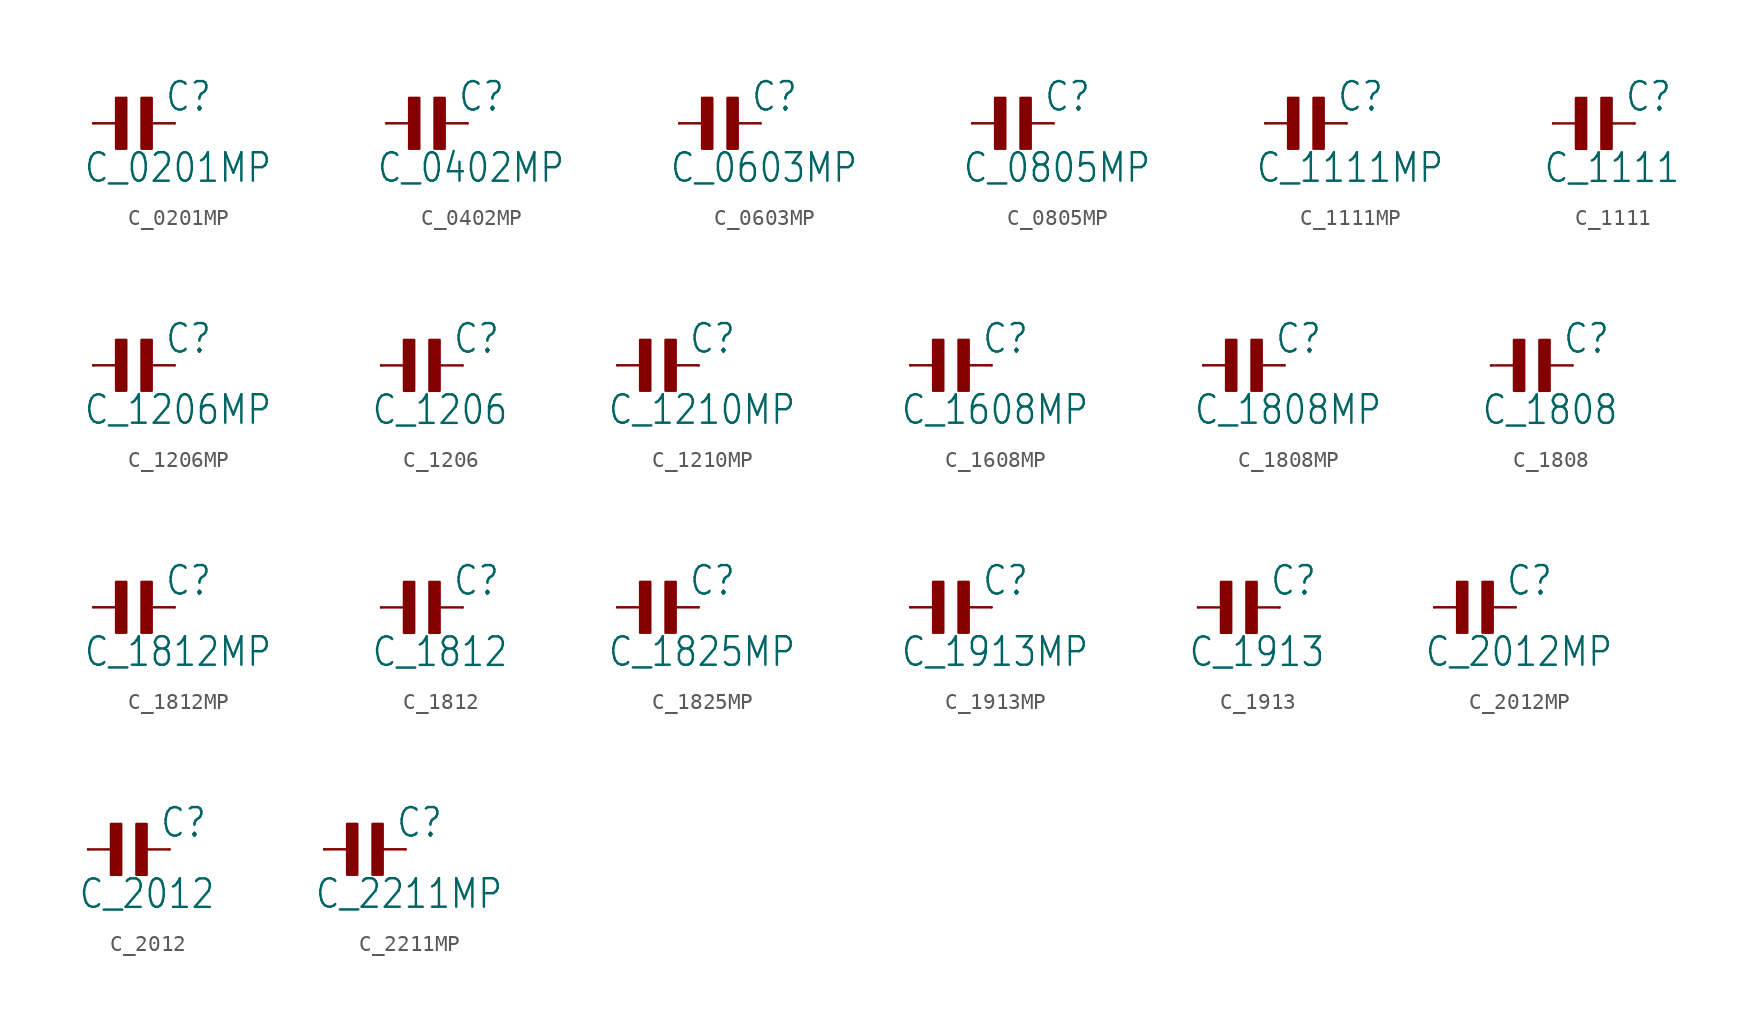
<source format=kicad_sym>
(kicad_symbol_lib
  (version 20211014)
  (generator kicad_symbol_editor)
  (symbol "C_0201MP"
    (property "Reference" "C"
      (at 1.905 0.635 0)
      (effects (font (size 1.778 1.511)) (justify left bottom)))
    (property "Value" "C_0201MP"
      (at -3.175 -3.81 0)
      (effects (font (size 1.778 1.511)) (justify left bottom)))
    (property "ki_locked" ""
      (at 0 0 0)
      (effects (font (size 1.27 1.27))))
    (symbol "C_0201MP_1_0"
      (rectangle (start -1.111 -1.587) (end -0.476 1.587) (stroke (width 0) (type default) (color 0 0 0 0)) (fill (type outline)))
      (polyline (pts (xy -2.54 0) (xy -0.635 0)) (stroke (width 0.152) (type default) (color 0 0 0 0)) (fill (type none)))
      (polyline (pts (xy 2.54 0) (xy 0.635 0)) (stroke (width 0.152) (type default) (color 0 0 0 0)) (fill (type none)))
      (rectangle (start 0.476 -1.587) (end 1.111 1.587) (stroke (width 0) (type default) (color 0 0 0 0)) (fill (type outline)))
      (pin passive line (at -2.54 0 0) (length 0) (name "1" (effects (font (size 0 0)))) (number "1" (effects (font (size 0 0)))))
      (pin passive line (at 2.54 0 180) (length 0) (name "2" (effects (font (size 0 0)))) (number "2" (effects (font (size 0 0)))))))
  (symbol "C_0402MP"
    (property "Reference" "C"
      (at 1.905 0.635 0)
      (effects (font (size 1.778 1.511)) (justify left bottom)))
    (property "Value" "C_0402MP"
      (at -3.175 -3.81 0)
      (effects (font (size 1.778 1.511)) (justify left bottom)))
    (property "ki_locked" ""
      (at 0 0 0)
      (effects (font (size 1.27 1.27))))
    (symbol "C_0402MP_1_0"
      (rectangle (start -1.111 -1.587) (end -0.476 1.587) (stroke (width 0) (type default) (color 0 0 0 0)) (fill (type outline)))
      (polyline (pts (xy -2.54 0) (xy -0.635 0)) (stroke (width 0.152) (type default) (color 0 0 0 0)) (fill (type none)))
      (polyline (pts (xy 2.54 0) (xy 0.635 0)) (stroke (width 0.152) (type default) (color 0 0 0 0)) (fill (type none)))
      (rectangle (start 0.476 -1.587) (end 1.111 1.587) (stroke (width 0) (type default) (color 0 0 0 0)) (fill (type outline)))
      (pin passive line (at -2.54 0 0) (length 0) (name "1" (effects (font (size 0 0)))) (number "1" (effects (font (size 0 0)))))
      (pin passive line (at 2.54 0 180) (length 0) (name "2" (effects (font (size 0 0)))) (number "2" (effects (font (size 0 0)))))))
  (symbol "C_0603MP"
    (property "Reference" "C"
      (at 1.905 0.635 0)
      (effects (font (size 1.778 1.511)) (justify left bottom)))
    (property "Value" "C_0603MP"
      (at -3.175 -3.81 0)
      (effects (font (size 1.778 1.511)) (justify left bottom)))
    (property "ki_locked" ""
      (at 0 0 0)
      (effects (font (size 1.27 1.27))))
    (symbol "C_0603MP_1_0"
      (rectangle (start -1.111 -1.587) (end -0.476 1.587) (stroke (width 0) (type default) (color 0 0 0 0)) (fill (type outline)))
      (polyline (pts (xy -2.54 0) (xy -0.635 0)) (stroke (width 0.152) (type default) (color 0 0 0 0)) (fill (type none)))
      (polyline (pts (xy 2.54 0) (xy 0.635 0)) (stroke (width 0.152) (type default) (color 0 0 0 0)) (fill (type none)))
      (rectangle (start 0.476 -1.587) (end 1.111 1.587) (stroke (width 0) (type default) (color 0 0 0 0)) (fill (type outline)))
      (pin passive line (at -2.54 0 0) (length 0) (name "1" (effects (font (size 0 0)))) (number "1" (effects (font (size 0 0)))))
      (pin passive line (at 2.54 0 180) (length 0) (name "2" (effects (font (size 0 0)))) (number "2" (effects (font (size 0 0)))))))
  (symbol "C_0805MP"
    (property "Reference" "C"
      (at 1.905 0.635 0)
      (effects (font (size 1.778 1.511)) (justify left bottom)))
    (property "Value" "C_0805MP"
      (at -3.175 -3.81 0)
      (effects (font (size 1.778 1.511)) (justify left bottom)))
    (property "ki_locked" ""
      (at 0 0 0)
      (effects (font (size 1.27 1.27))))
    (symbol "C_0805MP_1_0"
      (rectangle (start -1.111 -1.587) (end -0.476 1.587) (stroke (width 0) (type default) (color 0 0 0 0)) (fill (type outline)))
      (polyline (pts (xy -2.54 0) (xy -0.635 0)) (stroke (width 0.152) (type default) (color 0 0 0 0)) (fill (type none)))
      (polyline (pts (xy 2.54 0) (xy 0.635 0)) (stroke (width 0.152) (type default) (color 0 0 0 0)) (fill (type none)))
      (rectangle (start 0.476 -1.587) (end 1.111 1.587) (stroke (width 0) (type default) (color 0 0 0 0)) (fill (type outline)))
      (pin passive line (at -2.54 0 0) (length 0) (name "1" (effects (font (size 0 0)))) (number "1" (effects (font (size 0 0)))))
      (pin passive line (at 2.54 0 180) (length 0) (name "2" (effects (font (size 0 0)))) (number "2" (effects (font (size 0 0)))))))
  (symbol "C_1111MP"
    (property "Reference" "C"
      (at 1.905 0.635 0)
      (effects (font (size 1.778 1.511)) (justify left bottom)))
    (property "Value" "C_1111MP"
      (at -3.175 -3.81 0)
      (effects (font (size 1.778 1.511)) (justify left bottom)))
    (property "ki_locked" ""
      (at 0 0 0)
      (effects (font (size 1.27 1.27))))
    (symbol "C_1111MP_1_0"
      (rectangle (start -1.111 -1.587) (end -0.476 1.587) (stroke (width 0) (type default) (color 0 0 0 0)) (fill (type outline)))
      (polyline (pts (xy -2.54 0) (xy -0.635 0)) (stroke (width 0.152) (type default) (color 0 0 0 0)) (fill (type none)))
      (polyline (pts (xy 2.54 0) (xy 0.635 0)) (stroke (width 0.152) (type default) (color 0 0 0 0)) (fill (type none)))
      (rectangle (start 0.476 -1.587) (end 1.111 1.587) (stroke (width 0) (type default) (color 0 0 0 0)) (fill (type outline)))
      (pin passive line (at -2.54 0 0) (length 0) (name "1" (effects (font (size 0 0)))) (number "1" (effects (font (size 0 0)))))
      (pin passive line (at 2.54 0 180) (length 0) (name "2" (effects (font (size 0 0)))) (number "2" (effects (font (size 0 0)))))))
  (symbol "C_1111"
    (property "Reference" "C"
      (at 1.905 0.635 0)
      (effects (font (size 1.778 1.511)) (justify left bottom)))
    (property "Value" "C_1111"
      (at -3.175 -3.81 0)
      (effects (font (size 1.778 1.511)) (justify left bottom)))
    (property "ki_locked" ""
      (at 0 0 0)
      (effects (font (size 1.27 1.27))))
    (symbol "C_1111_1_0"
      (rectangle (start -1.111 -1.587) (end -0.476 1.587) (stroke (width 0) (type default) (color 0 0 0 0)) (fill (type outline)))
      (polyline (pts (xy -2.54 0) (xy -0.635 0)) (stroke (width 0.152) (type default) (color 0 0 0 0)) (fill (type none)))
      (polyline (pts (xy 2.54 0) (xy 0.635 0)) (stroke (width 0.152) (type default) (color 0 0 0 0)) (fill (type none)))
      (rectangle (start 0.476 -1.587) (end 1.111 1.587) (stroke (width 0) (type default) (color 0 0 0 0)) (fill (type outline)))
      (pin passive line (at -2.54 0 0) (length 0) (name "1" (effects (font (size 0 0)))) (number "1" (effects (font (size 0 0)))))
      (pin passive line (at 2.54 0 180) (length 0) (name "2" (effects (font (size 0 0)))) (number "2" (effects (font (size 0 0)))))))
  (symbol "C_1206MP"
    (property "Reference" "C"
      (at 1.905 0.635 0)
      (effects (font (size 1.778 1.511)) (justify left bottom)))
    (property "Value" "C_1206MP"
      (at -3.175 -3.81 0)
      (effects (font (size 1.778 1.511)) (justify left bottom)))
    (property "ki_locked" ""
      (at 0 0 0)
      (effects (font (size 1.27 1.27))))
    (symbol "C_1206MP_1_0"
      (rectangle (start -1.111 -1.587) (end -0.476 1.587) (stroke (width 0) (type default) (color 0 0 0 0)) (fill (type outline)))
      (polyline (pts (xy -2.54 0) (xy -0.635 0)) (stroke (width 0.152) (type default) (color 0 0 0 0)) (fill (type none)))
      (polyline (pts (xy 2.54 0) (xy 0.635 0)) (stroke (width 0.152) (type default) (color 0 0 0 0)) (fill (type none)))
      (rectangle (start 0.476 -1.587) (end 1.111 1.587) (stroke (width 0) (type default) (color 0 0 0 0)) (fill (type outline)))
      (pin passive line (at -2.54 0 0) (length 0) (name "1" (effects (font (size 0 0)))) (number "1" (effects (font (size 0 0)))))
      (pin passive line (at 2.54 0 180) (length 0) (name "2" (effects (font (size 0 0)))) (number "2" (effects (font (size 0 0)))))))
  (symbol "C_1206"
    (property "Reference" "C"
      (at 1.905 0.635 0)
      (effects (font (size 1.778 1.511)) (justify left bottom)))
    (property "Value" "C_1206"
      (at -3.175 -3.81 0)
      (effects (font (size 1.778 1.511)) (justify left bottom)))
    (property "ki_locked" ""
      (at 0 0 0)
      (effects (font (size 1.27 1.27))))
    (symbol "C_1206_1_0"
      (rectangle (start -1.111 -1.587) (end -0.476 1.587) (stroke (width 0) (type default) (color 0 0 0 0)) (fill (type outline)))
      (polyline (pts (xy -2.54 0) (xy -0.635 0)) (stroke (width 0.152) (type default) (color 0 0 0 0)) (fill (type none)))
      (polyline (pts (xy 2.54 0) (xy 0.635 0)) (stroke (width 0.152) (type default) (color 0 0 0 0)) (fill (type none)))
      (rectangle (start 0.476 -1.587) (end 1.111 1.587) (stroke (width 0) (type default) (color 0 0 0 0)) (fill (type outline)))
      (pin passive line (at -2.54 0 0) (length 0) (name "1" (effects (font (size 0 0)))) (number "1" (effects (font (size 0 0)))))
      (pin passive line (at 2.54 0 180) (length 0) (name "2" (effects (font (size 0 0)))) (number "2" (effects (font (size 0 0)))))))
  (symbol "C_1210MP"
    (property "Reference" "C"
      (at 1.905 0.635 0)
      (effects (font (size 1.778 1.511)) (justify left bottom)))
    (property "Value" "C_1210MP"
      (at -3.175 -3.81 0)
      (effects (font (size 1.778 1.511)) (justify left bottom)))
    (property "ki_locked" ""
      (at 0 0 0)
      (effects (font (size 1.27 1.27))))
    (symbol "C_1210MP_1_0"
      (rectangle (start -1.111 -1.587) (end -0.476 1.587) (stroke (width 0) (type default) (color 0 0 0 0)) (fill (type outline)))
      (polyline (pts (xy -2.54 0) (xy -0.635 0)) (stroke (width 0.152) (type default) (color 0 0 0 0)) (fill (type none)))
      (polyline (pts (xy 2.54 0) (xy 0.635 0)) (stroke (width 0.152) (type default) (color 0 0 0 0)) (fill (type none)))
      (rectangle (start 0.476 -1.587) (end 1.111 1.587) (stroke (width 0) (type default) (color 0 0 0 0)) (fill (type outline)))
      (pin passive line (at -2.54 0 0) (length 0) (name "1" (effects (font (size 0 0)))) (number "1" (effects (font (size 0 0)))))
      (pin passive line (at 2.54 0 180) (length 0) (name "2" (effects (font (size 0 0)))) (number "2" (effects (font (size 0 0)))))))
  (symbol "C_1608MP"
    (property "Reference" "C"
      (at 1.905 0.635 0)
      (effects (font (size 1.778 1.511)) (justify left bottom)))
    (property "Value" "C_1608MP"
      (at -3.175 -3.81 0)
      (effects (font (size 1.778 1.511)) (justify left bottom)))
    (property "ki_locked" ""
      (at 0 0 0)
      (effects (font (size 1.27 1.27))))
    (symbol "C_1608MP_1_0"
      (rectangle (start -1.111 -1.587) (end -0.476 1.587) (stroke (width 0) (type default) (color 0 0 0 0)) (fill (type outline)))
      (polyline (pts (xy -2.54 0) (xy -0.635 0)) (stroke (width 0.152) (type default) (color 0 0 0 0)) (fill (type none)))
      (polyline (pts (xy 2.54 0) (xy 0.635 0)) (stroke (width 0.152) (type default) (color 0 0 0 0)) (fill (type none)))
      (rectangle (start 0.476 -1.587) (end 1.111 1.587) (stroke (width 0) (type default) (color 0 0 0 0)) (fill (type outline)))
      (pin passive line (at -2.54 0 0) (length 0) (name "1" (effects (font (size 0 0)))) (number "1" (effects (font (size 0 0)))))
      (pin passive line (at 2.54 0 180) (length 0) (name "2" (effects (font (size 0 0)))) (number "2" (effects (font (size 0 0)))))))
  (symbol "C_1808MP"
    (property "Reference" "C"
      (at 1.905 0.635 0)
      (effects (font (size 1.778 1.511)) (justify left bottom)))
    (property "Value" "C_1808MP"
      (at -3.175 -3.81 0)
      (effects (font (size 1.778 1.511)) (justify left bottom)))
    (property "ki_locked" ""
      (at 0 0 0)
      (effects (font (size 1.27 1.27))))
    (symbol "C_1808MP_1_0"
      (rectangle (start -1.111 -1.587) (end -0.476 1.587) (stroke (width 0) (type default) (color 0 0 0 0)) (fill (type outline)))
      (polyline (pts (xy -2.54 0) (xy -0.635 0)) (stroke (width 0.152) (type default) (color 0 0 0 0)) (fill (type none)))
      (polyline (pts (xy 2.54 0) (xy 0.635 0)) (stroke (width 0.152) (type default) (color 0 0 0 0)) (fill (type none)))
      (rectangle (start 0.476 -1.587) (end 1.111 1.587) (stroke (width 0) (type default) (color 0 0 0 0)) (fill (type outline)))
      (pin passive line (at -2.54 0 0) (length 0) (name "1" (effects (font (size 0 0)))) (number "1" (effects (font (size 0 0)))))
      (pin passive line (at 2.54 0 180) (length 0) (name "2" (effects (font (size 0 0)))) (number "2" (effects (font (size 0 0)))))))
  (symbol "C_1808"
    (property "Reference" "C"
      (at 1.905 0.635 0)
      (effects (font (size 1.778 1.511)) (justify left bottom)))
    (property "Value" "C_1808"
      (at -3.175 -3.81 0)
      (effects (font (size 1.778 1.511)) (justify left bottom)))
    (property "ki_locked" ""
      (at 0 0 0)
      (effects (font (size 1.27 1.27))))
    (symbol "C_1808_1_0"
      (rectangle (start -1.111 -1.587) (end -0.476 1.587) (stroke (width 0) (type default) (color 0 0 0 0)) (fill (type outline)))
      (polyline (pts (xy -2.54 0) (xy -0.635 0)) (stroke (width 0.152) (type default) (color 0 0 0 0)) (fill (type none)))
      (polyline (pts (xy 2.54 0) (xy 0.635 0)) (stroke (width 0.152) (type default) (color 0 0 0 0)) (fill (type none)))
      (rectangle (start 0.476 -1.587) (end 1.111 1.587) (stroke (width 0) (type default) (color 0 0 0 0)) (fill (type outline)))
      (pin passive line (at -2.54 0 0) (length 0) (name "1" (effects (font (size 0 0)))) (number "1" (effects (font (size 0 0)))))
      (pin passive line (at 2.54 0 180) (length 0) (name "2" (effects (font (size 0 0)))) (number "2" (effects (font (size 0 0)))))))
  (symbol "C_1812MP"
    (property "Reference" "C"
      (at 1.905 0.635 0)
      (effects (font (size 1.778 1.511)) (justify left bottom)))
    (property "Value" "C_1812MP"
      (at -3.175 -3.81 0)
      (effects (font (size 1.778 1.511)) (justify left bottom)))
    (property "ki_locked" ""
      (at 0 0 0)
      (effects (font (size 1.27 1.27))))
    (symbol "C_1812MP_1_0"
      (rectangle (start -1.111 -1.587) (end -0.476 1.587) (stroke (width 0) (type default) (color 0 0 0 0)) (fill (type outline)))
      (polyline (pts (xy -2.54 0) (xy -0.635 0)) (stroke (width 0.152) (type default) (color 0 0 0 0)) (fill (type none)))
      (polyline (pts (xy 2.54 0) (xy 0.635 0)) (stroke (width 0.152) (type default) (color 0 0 0 0)) (fill (type none)))
      (rectangle (start 0.476 -1.587) (end 1.111 1.587) (stroke (width 0) (type default) (color 0 0 0 0)) (fill (type outline)))
      (pin passive line (at -2.54 0 0) (length 0) (name "1" (effects (font (size 0 0)))) (number "1" (effects (font (size 0 0)))))
      (pin passive line (at 2.54 0 180) (length 0) (name "2" (effects (font (size 0 0)))) (number "2" (effects (font (size 0 0)))))))
  (symbol "C_1812"
    (property "Reference" "C"
      (at 1.905 0.635 0)
      (effects (font (size 1.778 1.511)) (justify left bottom)))
    (property "Value" "C_1812"
      (at -3.175 -3.81 0)
      (effects (font (size 1.778 1.511)) (justify left bottom)))
    (property "ki_locked" ""
      (at 0 0 0)
      (effects (font (size 1.27 1.27))))
    (symbol "C_1812_1_0"
      (rectangle (start -1.111 -1.587) (end -0.476 1.587) (stroke (width 0) (type default) (color 0 0 0 0)) (fill (type outline)))
      (polyline (pts (xy -2.54 0) (xy -0.635 0)) (stroke (width 0.152) (type default) (color 0 0 0 0)) (fill (type none)))
      (polyline (pts (xy 2.54 0) (xy 0.635 0)) (stroke (width 0.152) (type default) (color 0 0 0 0)) (fill (type none)))
      (rectangle (start 0.476 -1.587) (end 1.111 1.587) (stroke (width 0) (type default) (color 0 0 0 0)) (fill (type outline)))
      (pin passive line (at -2.54 0 0) (length 0) (name "1" (effects (font (size 0 0)))) (number "1" (effects (font (size 0 0)))))
      (pin passive line (at 2.54 0 180) (length 0) (name "2" (effects (font (size 0 0)))) (number "2" (effects (font (size 0 0)))))))
  (symbol "C_1825MP"
    (property "Reference" "C"
      (at 1.905 0.635 0)
      (effects (font (size 1.778 1.511)) (justify left bottom)))
    (property "Value" "C_1825MP"
      (at -3.175 -3.81 0)
      (effects (font (size 1.778 1.511)) (justify left bottom)))
    (property "ki_locked" ""
      (at 0 0 0)
      (effects (font (size 1.27 1.27))))
    (symbol "C_1825MP_1_0"
      (rectangle (start -1.111 -1.587) (end -0.476 1.587) (stroke (width 0) (type default) (color 0 0 0 0)) (fill (type outline)))
      (polyline (pts (xy -2.54 0) (xy -0.635 0)) (stroke (width 0.152) (type default) (color 0 0 0 0)) (fill (type none)))
      (polyline (pts (xy 2.54 0) (xy 0.635 0)) (stroke (width 0.152) (type default) (color 0 0 0 0)) (fill (type none)))
      (rectangle (start 0.476 -1.587) (end 1.111 1.587) (stroke (width 0) (type default) (color 0 0 0 0)) (fill (type outline)))
      (pin passive line (at -2.54 0 0) (length 0) (name "1" (effects (font (size 0 0)))) (number "1" (effects (font (size 0 0)))))
      (pin passive line (at 2.54 0 180) (length 0) (name "2" (effects (font (size 0 0)))) (number "2" (effects (font (size 0 0)))))))
  (symbol "C_1913MP"
    (property "Reference" "C"
      (at 1.905 0.635 0)
      (effects (font (size 1.778 1.511)) (justify left bottom)))
    (property "Value" "C_1913MP"
      (at -3.175 -3.81 0)
      (effects (font (size 1.778 1.511)) (justify left bottom)))
    (property "ki_locked" ""
      (at 0 0 0)
      (effects (font (size 1.27 1.27))))
    (symbol "C_1913MP_1_0"
      (rectangle (start -1.111 -1.587) (end -0.476 1.587) (stroke (width 0) (type default) (color 0 0 0 0)) (fill (type outline)))
      (polyline (pts (xy -2.54 0) (xy -0.635 0)) (stroke (width 0.152) (type default) (color 0 0 0 0)) (fill (type none)))
      (polyline (pts (xy 2.54 0) (xy 0.635 0)) (stroke (width 0.152) (type default) (color 0 0 0 0)) (fill (type none)))
      (rectangle (start 0.476 -1.587) (end 1.111 1.587) (stroke (width 0) (type default) (color 0 0 0 0)) (fill (type outline)))
      (pin passive line (at -2.54 0 0) (length 0) (name "1" (effects (font (size 0 0)))) (number "1" (effects (font (size 0 0)))))
      (pin passive line (at 2.54 0 180) (length 0) (name "2" (effects (font (size 0 0)))) (number "2" (effects (font (size 0 0)))))))
  (symbol "C_1913"
    (property "Reference" "C"
      (at 1.905 0.635 0)
      (effects (font (size 1.778 1.511)) (justify left bottom)))
    (property "Value" "C_1913"
      (at -3.175 -3.81 0)
      (effects (font (size 1.778 1.511)) (justify left bottom)))
    (property "ki_locked" ""
      (at 0 0 0)
      (effects (font (size 1.27 1.27))))
    (symbol "C_1913_1_0"
      (rectangle (start -1.111 -1.587) (end -0.476 1.587) (stroke (width 0) (type default) (color 0 0 0 0)) (fill (type outline)))
      (polyline (pts (xy -2.54 0) (xy -0.635 0)) (stroke (width 0.152) (type default) (color 0 0 0 0)) (fill (type none)))
      (polyline (pts (xy 2.54 0) (xy 0.635 0)) (stroke (width 0.152) (type default) (color 0 0 0 0)) (fill (type none)))
      (rectangle (start 0.476 -1.587) (end 1.111 1.587) (stroke (width 0) (type default) (color 0 0 0 0)) (fill (type outline)))
      (pin passive line (at -2.54 0 0) (length 0) (name "1" (effects (font (size 0 0)))) (number "1" (effects (font (size 0 0)))))
      (pin passive line (at 2.54 0 180) (length 0) (name "2" (effects (font (size 0 0)))) (number "2" (effects (font (size 0 0)))))))
  (symbol "C_2012MP"
    (property "Reference" "C"
      (at 1.905 0.635 0)
      (effects (font (size 1.778 1.511)) (justify left bottom)))
    (property "Value" "C_2012MP"
      (at -3.175 -3.81 0)
      (effects (font (size 1.778 1.511)) (justify left bottom)))
    (property "ki_locked" ""
      (at 0 0 0)
      (effects (font (size 1.27 1.27))))
    (symbol "C_2012MP_1_0"
      (rectangle (start -1.111 -1.587) (end -0.476 1.587) (stroke (width 0) (type default) (color 0 0 0 0)) (fill (type outline)))
      (polyline (pts (xy -2.54 0) (xy -0.635 0)) (stroke (width 0.152) (type default) (color 0 0 0 0)) (fill (type none)))
      (polyline (pts (xy 2.54 0) (xy 0.635 0)) (stroke (width 0.152) (type default) (color 0 0 0 0)) (fill (type none)))
      (rectangle (start 0.476 -1.587) (end 1.111 1.587) (stroke (width 0) (type default) (color 0 0 0 0)) (fill (type outline)))
      (pin passive line (at -2.54 0 0) (length 0) (name "1" (effects (font (size 0 0)))) (number "1" (effects (font (size 0 0)))))
      (pin passive line (at 2.54 0 180) (length 0) (name "2" (effects (font (size 0 0)))) (number "2" (effects (font (size 0 0)))))))
  (symbol "C_2012"
    (property "Reference" "C"
      (at 1.905 0.635 0)
      (effects (font (size 1.778 1.511)) (justify left bottom)))
    (property "Value" "C_2012"
      (at -3.175 -3.81 0)
      (effects (font (size 1.778 1.511)) (justify left bottom)))
    (property "ki_locked" ""
      (at 0 0 0)
      (effects (font (size 1.27 1.27))))
    (symbol "C_2012_1_0"
      (rectangle (start -1.111 -1.587) (end -0.476 1.587) (stroke (width 0) (type default) (color 0 0 0 0)) (fill (type outline)))
      (polyline (pts (xy -2.54 0) (xy -0.635 0)) (stroke (width 0.152) (type default) (color 0 0 0 0)) (fill (type none)))
      (polyline (pts (xy 2.54 0) (xy 0.635 0)) (stroke (width 0.152) (type default) (color 0 0 0 0)) (fill (type none)))
      (rectangle (start 0.476 -1.587) (end 1.111 1.587) (stroke (width 0) (type default) (color 0 0 0 0)) (fill (type outline)))
      (pin passive line (at -2.54 0 0) (length 0) (name "1" (effects (font (size 0 0)))) (number "1" (effects (font (size 0 0)))))
      (pin passive line (at 2.54 0 180) (length 0) (name "2" (effects (font (size 0 0)))) (number "2" (effects (font (size 0 0)))))))
  (symbol "C_2211MP"
    (property "Reference" "C"
      (at 1.905 0.635 0)
      (effects (font (size 1.778 1.511)) (justify left bottom)))
    (property "Value" "C_2211MP"
      (at -3.175 -3.81 0)
      (effects (font (size 1.778 1.511)) (justify left bottom)))
    (property "ki_locked" ""
      (at 0 0 0)
      (effects (font (size 1.27 1.27))))
    (symbol "C_2211MP_1_0"
      (rectangle (start -1.111 -1.587) (end -0.476 1.587) (stroke (width 0) (type default) (color 0 0 0 0)) (fill (type outline)))
      (polyline (pts (xy -2.54 0) (xy -0.635 0)) (stroke (width 0.152) (type default) (color 0 0 0 0)) (fill (type none)))
      (polyline (pts (xy 2.54 0) (xy 0.635 0)) (stroke (width 0.152) (type default) (color 0 0 0 0)) (fill (type none)))
      (rectangle (start 0.476 -1.587) (end 1.111 1.587) (stroke (width 0) (type default) (color 0 0 0 0)) (fill (type outline)))
      (pin passive line (at -2.54 0 0) (length 0) (name "1" (effects (font (size 0 0)))) (number "1" (effects (font (size 0 0)))))
      (pin passive line (at 2.54 0 180) (length 0) (name "2" (effects (font (size 0 0)))) (number "2" (effects (font (size 0 0))))))))
</source>
